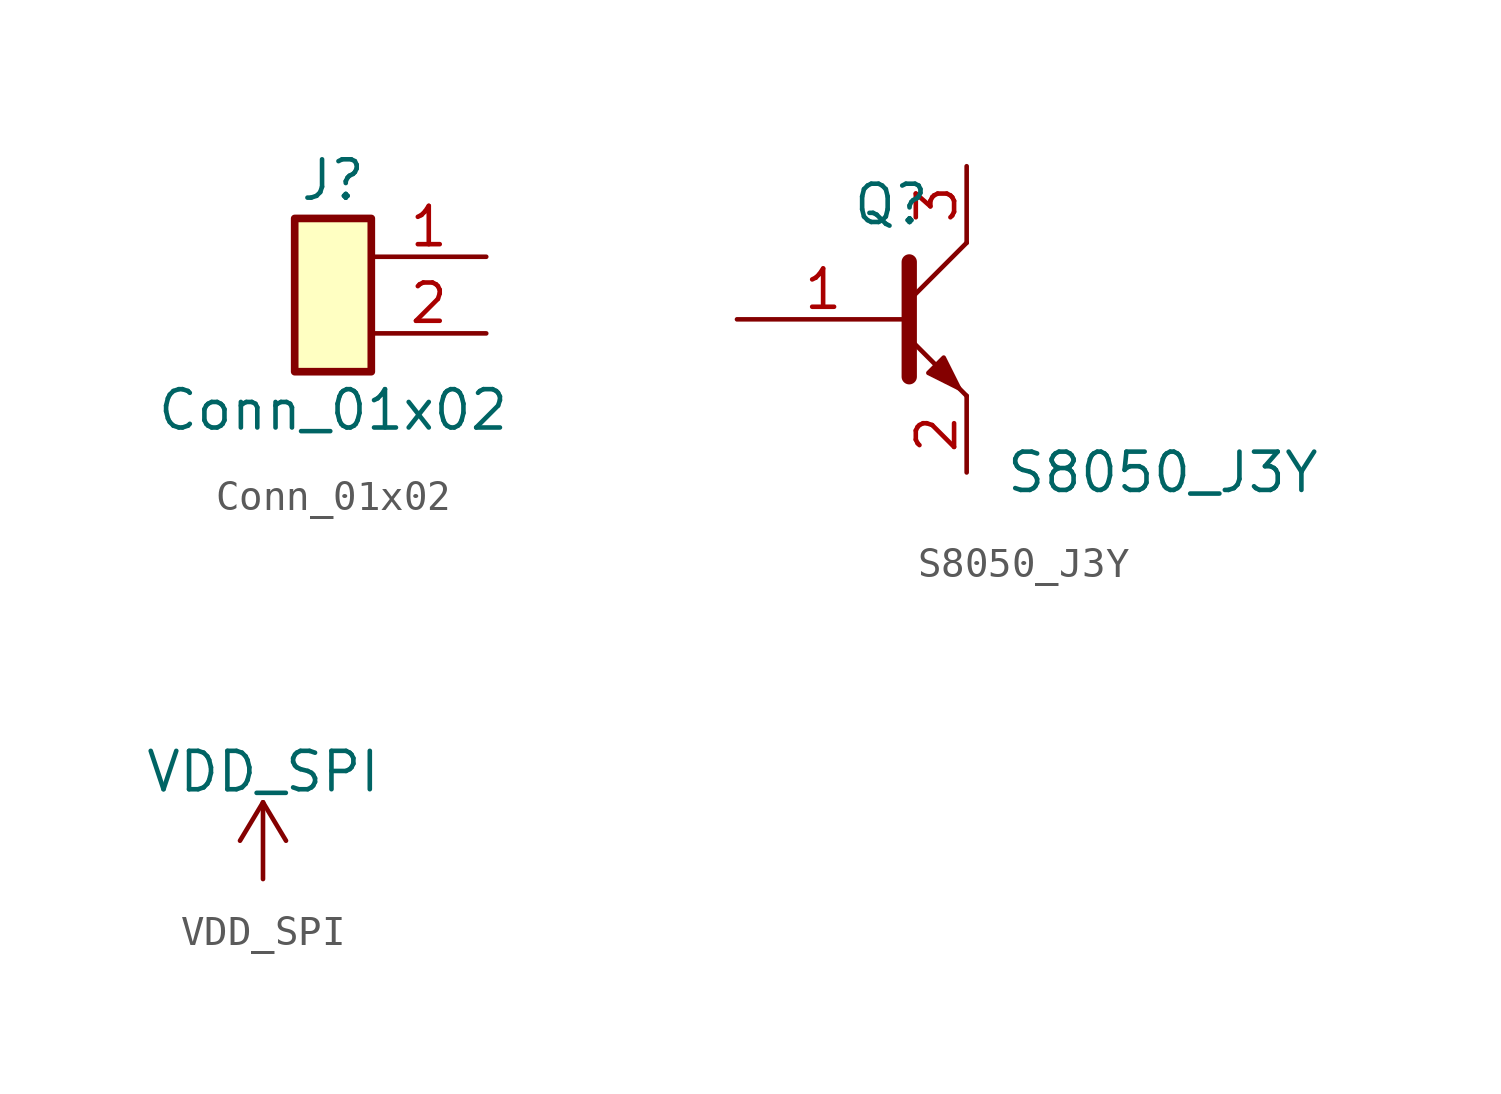
<source format=kicad_sym>
(kicad_symbol_lib
  (version 20211014)
  (generator kicad_symbol_editor)
  (symbol "Conn_01x02"
    (pin_names
      (offset 1.016) hide)
    (property "Reference" "J"
      (at 0 2.54 0)
      (effects (font (size 1.27 1.27))))
    (property "Value" "Conn_01x02"
      (at 0 -5.08 0)
      (effects (font (size 1.27 1.27))))
    (symbol "Conn_01x02_1_1"
      (rectangle (start -1.27 1.27) (end 1.27 -3.81) (stroke (width 0.254) (type default) (color 0 0 0 0)) (fill (type background)))
      (pin passive line (at 5.08 0 180) (length 3.81) (name "Pin_1" (effects (font (size 1.27 1.27)))) (number "1" (effects (font (size 1.27 1.27)))))
      (pin passive line (at 5.08 -2.54 180) (length 3.81) (name "Pin_2" (effects (font (size 1.27 1.27)))) (number "2" (effects (font (size 1.27 1.27)))))))
  (symbol "S8050_J3Y"
    (pin_names
      (offset 0) hide)
    (property "Reference" "Q"
      (at -1.27 3.81 0)
      (effects (font (size 1.27 1.27)) (justify left)))
    (property "Value" "S8050_J3Y"
      (at 3.81 -5.08 0)
      (effects (font (size 1.27 1.27)) (justify left)))
    (symbol "S8050_J3Y_0_1"
      (polyline (pts (xy 0.635 0.635) (xy 2.54 2.54)) (stroke (width 0) (type default) (color 0 0 0 0)) (fill (type none)))
      (polyline (pts (xy 0.635 -0.635) (xy 2.54 -2.54) (xy 2.54 -2.54)) (stroke (width 0) (type default) (color 0 0 0 0)) (fill (type none)))
      (polyline (pts (xy 0.635 1.905) (xy 0.635 -1.905) (xy 0.635 -1.905)) (stroke (width 0.508) (type default) (color 0 0 0 0)) (fill (type none)))
      (polyline (pts (xy 1.27 -1.778) (xy 1.778 -1.27) (xy 2.286 -2.286) (xy 1.27 -1.778) (xy 1.27 -1.778)) (stroke (width 0) (type default) (color 0 0 0 0)) (fill (type outline))))
    (symbol "S8050_J3Y_1_1"
      (pin input line (at -5.08 0 0) (length 5.715) (name "B" (effects (font (size 1.27 1.27)))) (number "1" (effects (font (size 1.27 1.27)))))
      (pin passive line (at 2.54 -5.08 90) (length 2.54) (name "E" (effects (font (size 1.27 1.27)))) (number "2" (effects (font (size 1.27 1.27)))))
      (pin passive line (at 2.54 5.08 270) (length 2.54) (name "C" (effects (font (size 1.27 1.27)))) (number "3" (effects (font (size 1.27 1.27)))))))
  (symbol "VDD_SPI"
    (power)
    (pin_names
      (offset 0))
    (property "Reference" "#PWR"
      (at 0 -3.81 0)
      (effects (font (size 1.27 1.27)) hide))
    (property "Value" "VDD_SPI"
      (at 0 3.556 0)
      (effects (font (size 1.27 1.27))))
    (symbol "VDD_SPI_0_1"
      (polyline (pts (xy -0.762 1.27) (xy 0 2.54)) (stroke (width 0) (type default) (color 0 0 0 0)) (fill (type none)))
      (polyline (pts (xy 0 0) (xy 0 2.54)) (stroke (width 0) (type default) (color 0 0 0 0)) (fill (type none)))
      (polyline (pts (xy 0 2.54) (xy 0.762 1.27)) (stroke (width 0) (type default) (color 0 0 0 0)) (fill (type none))))
    (symbol "VDD_SPI_1_1"
      (pin power_in line (at 0 0 90) (length 0) hide (name "+3V3" (effects (font (size 1.27 1.27)))) (number "1" (effects (font (size 1.27 1.27))))))))
</source>
